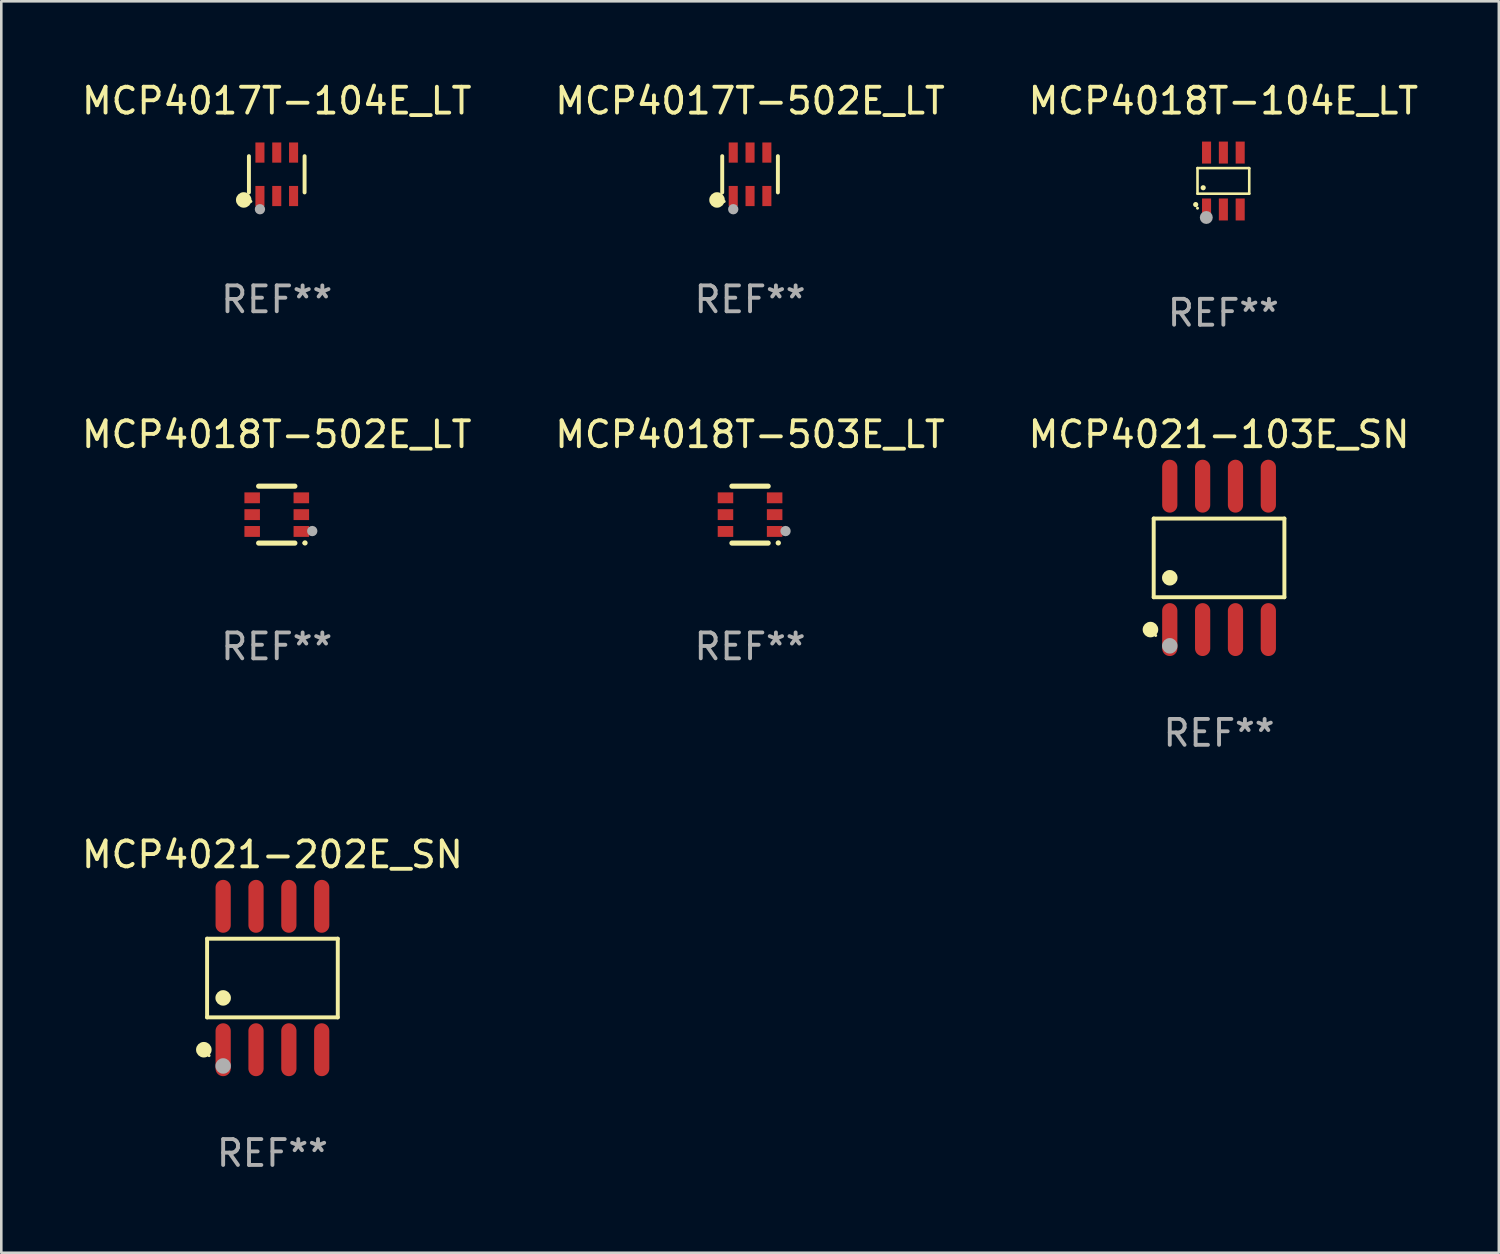
<source format=kicad_pcb>
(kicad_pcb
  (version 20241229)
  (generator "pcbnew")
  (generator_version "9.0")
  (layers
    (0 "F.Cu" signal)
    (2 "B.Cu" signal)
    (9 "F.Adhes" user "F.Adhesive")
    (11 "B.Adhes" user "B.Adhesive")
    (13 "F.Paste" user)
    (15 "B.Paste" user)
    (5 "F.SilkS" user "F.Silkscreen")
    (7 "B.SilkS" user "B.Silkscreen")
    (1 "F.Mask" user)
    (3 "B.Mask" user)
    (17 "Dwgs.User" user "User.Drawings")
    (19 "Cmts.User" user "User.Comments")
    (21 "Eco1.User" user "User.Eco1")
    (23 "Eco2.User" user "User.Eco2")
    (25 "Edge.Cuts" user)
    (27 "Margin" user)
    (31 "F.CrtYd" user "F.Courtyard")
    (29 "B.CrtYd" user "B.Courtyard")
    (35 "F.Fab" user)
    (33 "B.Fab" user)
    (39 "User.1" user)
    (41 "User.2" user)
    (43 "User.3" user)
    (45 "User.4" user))
  (footprint "MCP4021-202E_SN"
    (layer "F.Cu")
    (at 7.482 34.759)
    (property "Reference" "MCP4021-202E_SN" (at 0 -4.772 0) (layer "F.SilkS") (effects (font (size 1 1) (thickness 0.15))))
    (attr through_hole)
    (fp_line (start -2.526 -1.521) (end 2.526 -1.521) (stroke (width 0.152) (type solid)) (layer "F.SilkS"))
    (fp_line (start -2.526 1.521) (end -2.526 -1.521) (stroke (width 0.152) (type solid)) (layer "F.SilkS"))
    (fp_line (start 2.526 -1.521) (end 2.526 1.521) (stroke (width 0.152) (type solid)) (layer "F.SilkS"))
    (fp_line (start 2.526 1.521) (end -2.526 1.521) (stroke (width 0.152) (type solid)) (layer "F.SilkS"))
    (fp_circle (center -2.652 2.772) (end -2.501 2.772) (stroke (width 0.3) (type solid)) (fill no) (layer "F.SilkS"))
    (fp_circle (center -2.45 3) (end -2.42 3) (stroke (width 0.06) (type solid)) (fill no) (layer "F.SilkS"))
    (fp_circle (center -1.905 0.769) (end -1.755 0.769) (stroke (width 0.3) (type solid)) (fill no) (layer "F.SilkS"))
    (fp_circle (center -1.905 3.4) (end -1.755 3.4) (stroke (width 0.3) (type solid)) (fill no) (layer "F.Fab"))
    (fp_text user "REF**" (at 0 6.772 0) (layer "F.Fab") (effects (font (size 1 1) (thickness 0.15))))
    (pad "1" smd oval (at -1.905 2.772) (size 0.588 2.045) (layers "F.Cu" "F.Mask" "F.Paste"))
    (pad "2" smd oval (at -0.635 2.772) (size 0.588 2.045) (layers "F.Cu" "F.Mask" "F.Paste"))
    (pad "3" smd oval (at 0.635 2.772) (size 0.588 2.045) (layers "F.Cu" "F.Mask" "F.Paste"))
    (pad "4" smd oval (at 1.905 2.772) (size 0.588 2.045) (layers "F.Cu" "F.Mask" "F.Paste"))
    (pad "5" smd oval (at 1.905 -2.772) (size 0.588 2.045) (layers "F.Cu" "F.Mask" "F.Paste"))
    (pad "6" smd oval (at 0.635 -2.772) (size 0.588 2.045) (layers "F.Cu" "F.Mask" "F.Paste"))
    (pad "7" smd oval (at -0.635 -2.772) (size 0.588 2.045) (layers "F.Cu" "F.Mask" "F.Paste"))
    (pad "8" smd oval (at -1.905 -2.772) (size 0.588 2.045) (layers "F.Cu" "F.Mask" "F.Paste")))
  (footprint "MCP4017T-502E_LT"
    (layer "F.Cu")
    (at 25.946 3.688)
    (property "Reference" "MCP4017T-502E_LT" (at 0 -2.84 0) (layer "F.SilkS") (effects (font (size 1 1) (thickness 0.15))))
    (attr through_hole)
    (fp_line (start -1.076 0.701) (end -1.076 -0.701) (stroke (width 0.152) (type solid)) (layer "F.SilkS"))
    (fp_line (start 1.076 0.701) (end 1.076 -0.701) (stroke (width 0.152) (type solid)) (layer "F.SilkS"))
    (fp_circle (center -1.277 0.992) (end -1.127 0.992) (stroke (width 0.3) (type solid)) (fill no) (layer "F.SilkS"))
    (fp_circle (center -1 1.05) (end -0.97 1.05) (stroke (width 0.06) (type solid)) (fill no) (layer "F.SilkS"))
    (fp_circle (center -0.65 1.35) (end -0.55 1.35) (stroke (width 0.2) (type solid)) (fill no) (layer "F.Fab"))
    (fp_text user "REF**" (at 0 4.84 0) (layer "F.Fab") (effects (font (size 1 1) (thickness 0.15))))
    (pad "1" smd rect (at -0.65 0.84) (size 0.35 0.78) (layers "F.Cu" "F.Mask" "F.Paste"))
    (pad "2" smd rect (at 0 0.84) (size 0.35 0.78) (layers "F.Cu" "F.Mask" "F.Paste"))
    (pad "3" smd rect (at 0.65 0.84) (size 0.35 0.78) (layers "F.Cu" "F.Mask" "F.Paste"))
    (pad "4" smd rect (at 0.65 -0.84) (size 0.35 0.78) (layers "F.Cu" "F.Mask" "F.Paste"))
    (pad "5" smd rect (at 0 -0.84) (size 0.35 0.78) (layers "F.Cu" "F.Mask" "F.Paste"))
    (pad "6" smd rect (at -0.65 -0.84) (size 0.35 0.78) (layers "F.Cu" "F.Mask" "F.Paste")))
  (footprint "MCP4018T-104E_LT"
    (layer "F.Cu")
    (at 44.244 3.948)
    (property "Reference" "MCP4018T-104E_LT" (at 0 -3.1 0) (layer "F.SilkS") (effects (font (size 1 1) (thickness 0.15))))
    (attr through_hole)
    (fp_line (start -1 -0.5) (end -1 0.49) (stroke (width 0.1) (type solid)) (layer "F.SilkS"))
    (fp_line (start -1 0.49) (end 1 0.49) (stroke (width 0.1) (type solid)) (layer "F.SilkS"))
    (fp_line (start 0.99 -0.5) (end -1 -0.5) (stroke (width 0.1) (type solid)) (layer "F.SilkS"))
    (fp_line (start 1 -0.49) (end 0.99 -0.5) (stroke (width 0.1) (type solid)) (layer "F.SilkS"))
    (fp_line (start 1 0.49) (end 1 -0.49) (stroke (width 0.1) (type solid)) (layer "F.SilkS"))
    (fp_circle (center -1.07 0.91) (end -1.02 0.91) (stroke (width 0.1) (type solid)) (fill no) (layer "F.SilkS"))
    (fp_circle (center -1 1.05) (end -0.97 1.05) (stroke (width 0.06) (type solid)) (fill no) (layer "F.SilkS"))
    (fp_circle (center -0.78 0.26) (end -0.73 0.26) (stroke (width 0.1) (type solid)) (fill no) (layer "F.SilkS"))
    (fp_circle (center -0.66 1.41) (end -0.535 1.41) (stroke (width 0.25) (type solid)) (fill no) (layer "F.Fab"))
    (fp_text user "REF**" (at 0 5.1 0) (layer "F.Fab") (effects (font (size 1 1) (thickness 0.15))))
    (pad "1" smd rect (at -0.65 1.1) (size 0.35 0.85) (layers "F.Cu" "F.Mask" "F.Paste"))
    (pad "2" smd rect (at 0 1.1) (size 0.35 0.85) (layers "F.Cu" "F.Mask" "F.Paste"))
    (pad "3" smd rect (at 0.65 1.1) (size 0.35 0.85) (layers "F.Cu" "F.Mask" "F.Paste"))
    (pad "4" smd rect (at 0.65 -1.1) (size 0.35 0.85) (layers "F.Cu" "F.Mask" "F.Paste"))
    (pad "5" smd rect (at 0 -1.1) (size 0.35 0.85) (layers "F.Cu" "F.Mask" "F.Paste"))
    (pad "6" smd rect (at -0.65 -1.1) (size 0.35 0.85) (layers "F.Cu" "F.Mask" "F.Paste")))
  (footprint "MCP4021-103E_SN"
    (layer "F.Cu")
    (at 44.077 18.517)
    (property "Reference" "MCP4021-103E_SN" (at 0 -4.772 0) (layer "F.SilkS") (effects (font (size 1 1) (thickness 0.15))))
    (attr through_hole)
    (fp_line (start -2.526 -1.521) (end 2.526 -1.521) (stroke (width 0.152) (type solid)) (layer "F.SilkS"))
    (fp_line (start -2.526 1.521) (end -2.526 -1.521) (stroke (width 0.152) (type solid)) (layer "F.SilkS"))
    (fp_line (start 2.526 -1.521) (end 2.526 1.521) (stroke (width 0.152) (type solid)) (layer "F.SilkS"))
    (fp_line (start 2.526 1.521) (end -2.526 1.521) (stroke (width 0.152) (type solid)) (layer "F.SilkS"))
    (fp_circle (center -2.652 2.772) (end -2.501 2.772) (stroke (width 0.3) (type solid)) (fill no) (layer "F.SilkS"))
    (fp_circle (center -2.45 3) (end -2.42 3) (stroke (width 0.06) (type solid)) (fill no) (layer "F.SilkS"))
    (fp_circle (center -1.905 0.769) (end -1.755 0.769) (stroke (width 0.3) (type solid)) (fill no) (layer "F.SilkS"))
    (fp_circle (center -1.905 3.4) (end -1.755 3.4) (stroke (width 0.3) (type solid)) (fill no) (layer "F.Fab"))
    (fp_text user "REF**" (at 0 6.772 0) (layer "F.Fab") (effects (font (size 1 1) (thickness 0.15))))
    (pad "1" smd oval (at -1.905 2.772) (size 0.588 2.045) (layers "F.Cu" "F.Mask" "F.Paste"))
    (pad "2" smd oval (at -0.635 2.772) (size 0.588 2.045) (layers "F.Cu" "F.Mask" "F.Paste"))
    (pad "3" smd oval (at 0.635 2.772) (size 0.588 2.045) (layers "F.Cu" "F.Mask" "F.Paste"))
    (pad "4" smd oval (at 1.905 2.772) (size 0.588 2.045) (layers "F.Cu" "F.Mask" "F.Paste"))
    (pad "5" smd oval (at 1.905 -2.772) (size 0.588 2.045) (layers "F.Cu" "F.Mask" "F.Paste"))
    (pad "6" smd oval (at 0.635 -2.772) (size 0.588 2.045) (layers "F.Cu" "F.Mask" "F.Paste"))
    (pad "7" smd oval (at -0.635 -2.772) (size 0.588 2.045) (layers "F.Cu" "F.Mask" "F.Paste"))
    (pad "8" smd oval (at -1.905 -2.772) (size 0.588 2.045) (layers "F.Cu" "F.Mask" "F.Paste")))
  (footprint "MCP4018T-502E_LT"
    (layer "F.Cu")
    (at 7.649 16.845)
    (property "Reference" "MCP4018T-502E_LT" (at 0 -3.1 0) (layer "F.SilkS") (effects (font (size 1 1) (thickness 0.15))))
    (attr through_hole)
    (fp_line (start -0.7 -1.1) (end 0.7 -1.1) (stroke (width 0.2) (type solid)) (layer "F.SilkS"))
    (fp_line (start -0.7 1.1) (end 0.7 1.1) (stroke (width 0.2) (type solid)) (layer "F.SilkS"))
    (fp_arc (start 1.090932 1.094209) (mid 1.092202 1.094203) (end 1.093472 1.094209) (stroke (width 0.2) (type solid)) (layer "F.SilkS"))
    (fp_circle (center 1.053 1.1) (end 1.083 1.1) (stroke (width 0.06) (type solid)) (fill no) (layer "F.SilkS"))
    (fp_circle (center 1.372 0.635) (end 1.472 0.635) (stroke (width 0.2) (type solid)) (fill no) (layer "F.Fab"))
    (fp_text user "REF**" (at 0 5.1 0) (layer "F.Fab") (effects (font (size 1 1) (thickness 0.15))))
    (pad "1" smd rect (at 0.95 0.65 90) (size 0.42 0.6) (layers "F.Cu" "F.Mask" "F.Paste"))
    (pad "2" smd rect (at 0.95 0 90) (size 0.42 0.6) (layers "F.Cu" "F.Mask" "F.Paste"))
    (pad "3" smd rect (at 0.95 -0.65 90) (size 0.42 0.6) (layers "F.Cu" "F.Mask" "F.Paste"))
    (pad "4" smd rect (at -0.95 -0.65 270) (size 0.42 0.6) (layers "F.Cu" "F.Mask" "F.Paste"))
    (pad "5" smd rect (at -0.95 0 270) (size 0.42 0.6) (layers "F.Cu" "F.Mask" "F.Paste"))
    (pad "6" smd rect (at -0.95 0.65 270) (size 0.42 0.6) (layers "F.Cu" "F.Mask" "F.Paste")))
  (footprint "MCP4017T-104E_LT"
    (layer "F.Cu")
    (at 7.649 3.688)
    (property "Reference" "MCP4017T-104E_LT" (at 0 -2.84 0) (layer "F.SilkS") (effects (font (size 1 1) (thickness 0.15))))
    (attr through_hole)
    (fp_line (start -1.076 0.701) (end -1.076 -0.701) (stroke (width 0.152) (type solid)) (layer "F.SilkS"))
    (fp_line (start 1.076 0.701) (end 1.076 -0.701) (stroke (width 0.152) (type solid)) (layer "F.SilkS"))
    (fp_circle (center -1.277 0.992) (end -1.127 0.992) (stroke (width 0.3) (type solid)) (fill no) (layer "F.SilkS"))
    (fp_circle (center -1 1.05) (end -0.97 1.05) (stroke (width 0.06) (type solid)) (fill no) (layer "F.SilkS"))
    (fp_circle (center -0.65 1.35) (end -0.55 1.35) (stroke (width 0.2) (type solid)) (fill no) (layer "F.Fab"))
    (fp_text user "REF**" (at 0 4.84 0) (layer "F.Fab") (effects (font (size 1 1) (thickness 0.15))))
    (pad "1" smd rect (at -0.65 0.84) (size 0.35 0.78) (layers "F.Cu" "F.Mask" "F.Paste"))
    (pad "2" smd rect (at 0 0.84) (size 0.35 0.78) (layers "F.Cu" "F.Mask" "F.Paste"))
    (pad "3" smd rect (at 0.65 0.84) (size 0.35 0.78) (layers "F.Cu" "F.Mask" "F.Paste"))
    (pad "4" smd rect (at 0.65 -0.84) (size 0.35 0.78) (layers "F.Cu" "F.Mask" "F.Paste"))
    (pad "5" smd rect (at 0 -0.84) (size 0.35 0.78) (layers "F.Cu" "F.Mask" "F.Paste"))
    (pad "6" smd rect (at -0.65 -0.84) (size 0.35 0.78) (layers "F.Cu" "F.Mask" "F.Paste")))
  (footprint "MCP4018T-503E_LT"
    (layer "F.Cu")
    (at 25.946 16.845)
    (property "Reference" "MCP4018T-503E_LT" (at 0 -3.1 0) (layer "F.SilkS") (effects (font (size 1 1) (thickness 0.15))))
    (attr through_hole)
    (fp_line (start -0.7 -1.1) (end 0.7 -1.1) (stroke (width 0.2) (type solid)) (layer "F.SilkS"))
    (fp_line (start -0.7 1.1) (end 0.7 1.1) (stroke (width 0.2) (type solid)) (layer "F.SilkS"))
    (fp_arc (start 1.090932 1.094209) (mid 1.092202 1.094203) (end 1.093472 1.094209) (stroke (width 0.2) (type solid)) (layer "F.SilkS"))
    (fp_circle (center 1.053 1.1) (end 1.083 1.1) (stroke (width 0.06) (type solid)) (fill no) (layer "F.SilkS"))
    (fp_circle (center 1.372 0.635) (end 1.472 0.635) (stroke (width 0.2) (type solid)) (fill no) (layer "F.Fab"))
    (fp_text user "REF**" (at 0 5.1 0) (layer "F.Fab") (effects (font (size 1 1) (thickness 0.15))))
    (pad "1" smd rect (at 0.95 0.65 90) (size 0.42 0.6) (layers "F.Cu" "F.Mask" "F.Paste"))
    (pad "2" smd rect (at 0.95 0 90) (size 0.42 0.6) (layers "F.Cu" "F.Mask" "F.Paste"))
    (pad "3" smd rect (at 0.95 -0.65 90) (size 0.42 0.6) (layers "F.Cu" "F.Mask" "F.Paste"))
    (pad "4" smd rect (at -0.95 -0.65 270) (size 0.42 0.6) (layers "F.Cu" "F.Mask" "F.Paste"))
    (pad "5" smd rect (at -0.95 0 270) (size 0.42 0.6) (layers "F.Cu" "F.Mask" "F.Paste"))
    (pad "6" smd rect (at -0.95 0.65 270) (size 0.42 0.6) (layers "F.Cu" "F.Mask" "F.Paste")))
  (gr_rect
    (start -3 -3)
    (end 54.893 45.379)
    (stroke (width 0.1) (type default))
    (fill no)
    (layer "Edge.Cuts")))
</source>
